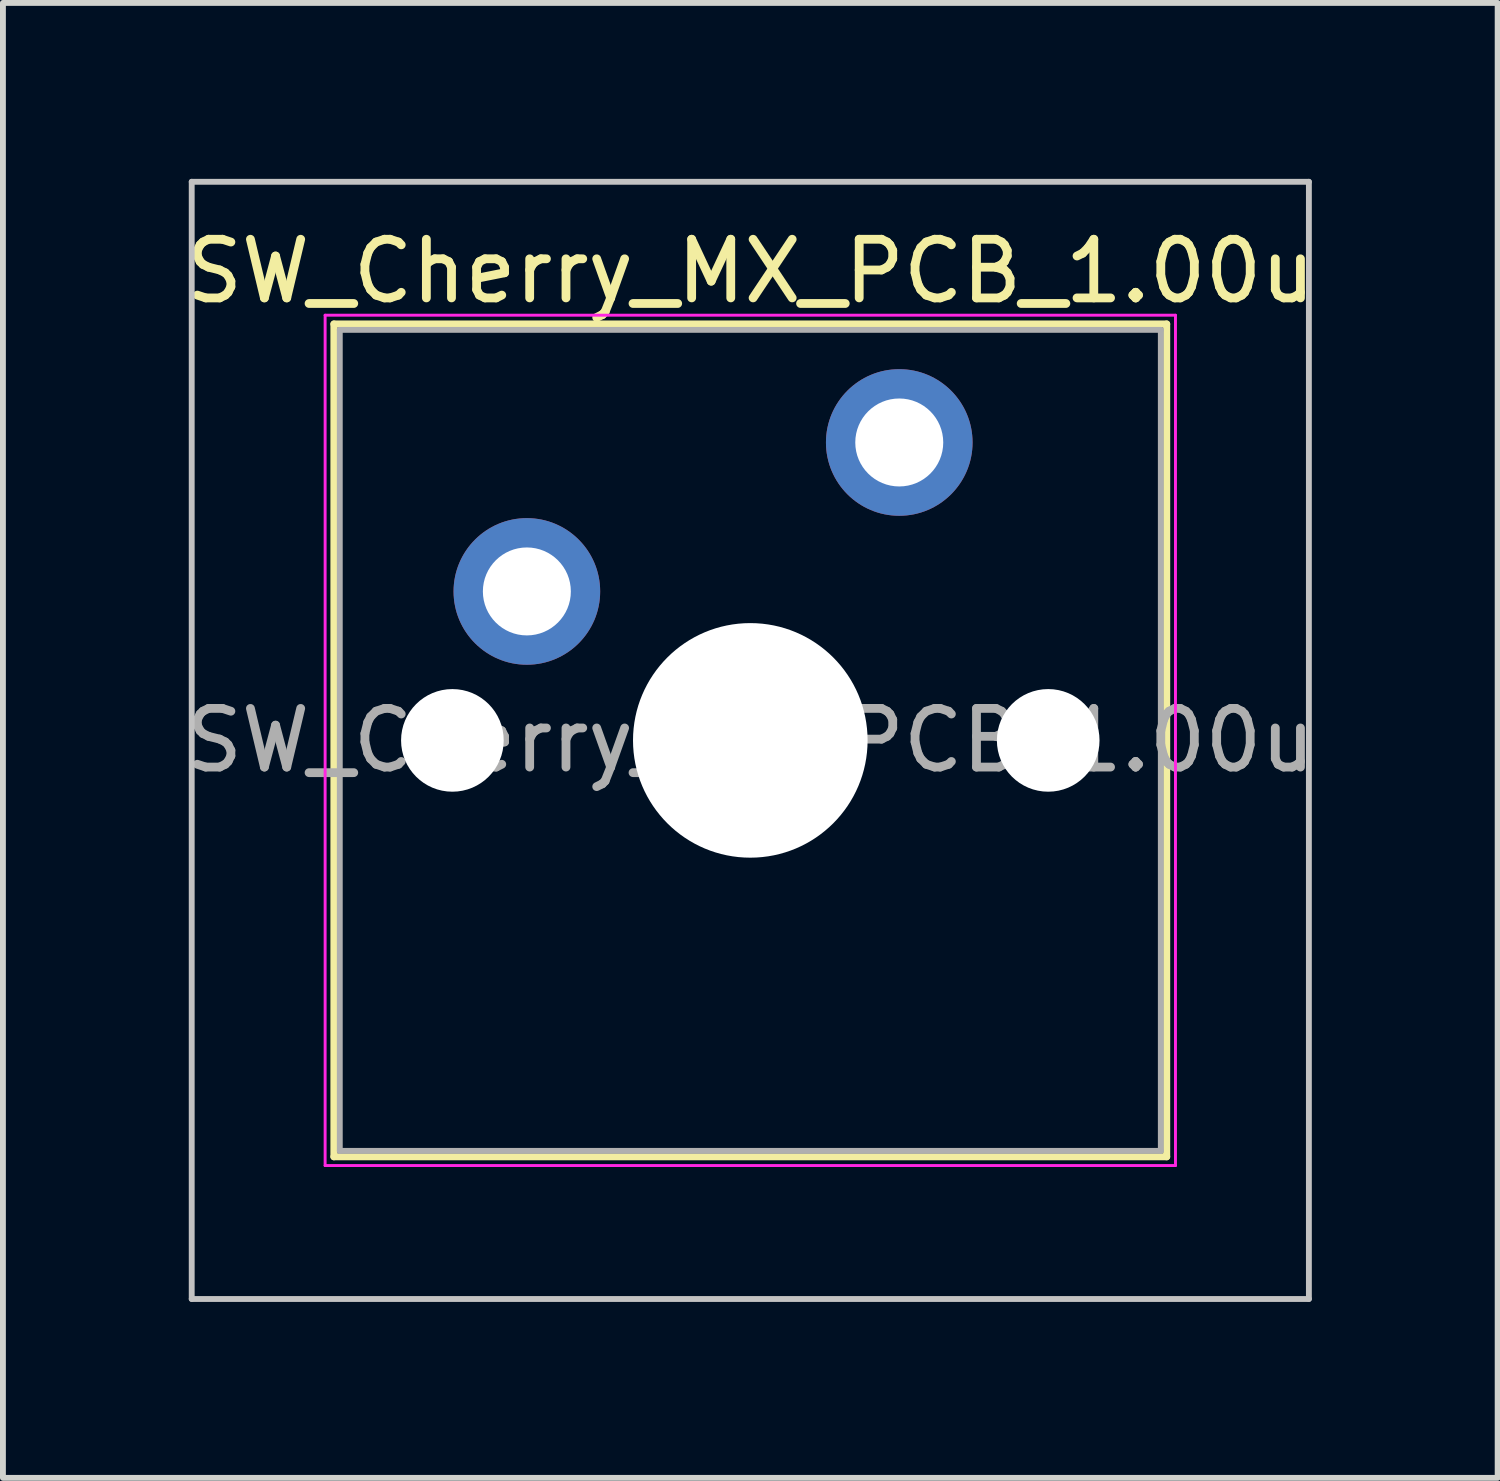
<source format=kicad_pcb>
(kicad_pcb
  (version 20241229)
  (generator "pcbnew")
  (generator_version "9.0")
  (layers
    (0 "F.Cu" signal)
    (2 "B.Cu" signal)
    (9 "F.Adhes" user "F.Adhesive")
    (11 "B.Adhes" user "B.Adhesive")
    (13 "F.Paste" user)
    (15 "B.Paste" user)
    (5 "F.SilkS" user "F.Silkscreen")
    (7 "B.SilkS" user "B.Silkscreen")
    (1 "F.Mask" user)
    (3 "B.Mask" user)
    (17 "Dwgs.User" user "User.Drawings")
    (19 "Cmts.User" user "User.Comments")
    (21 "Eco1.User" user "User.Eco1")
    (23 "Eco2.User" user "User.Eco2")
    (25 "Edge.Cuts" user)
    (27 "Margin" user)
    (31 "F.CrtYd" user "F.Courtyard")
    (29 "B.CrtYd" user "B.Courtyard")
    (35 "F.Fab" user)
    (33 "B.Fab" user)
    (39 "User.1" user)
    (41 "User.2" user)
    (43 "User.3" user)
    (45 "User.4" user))
  (footprint "SW_Cherry_MX_PCB_1.00u"
    (layer "F.Cu")
    (at 9.744 9.575)
    (property "Reference" "SW_Cherry_MX_PCB_1.00u" (at 0 -8 0) (layer "F.SilkS") (effects (font (size 1 1) (thickness 0.15))))
    (attr through_hole)
    (fp_line (start -7.1 -7.1) (end -7.1 7.1) (stroke (width 0.12) (type solid)) (layer "F.SilkS"))
    (fp_line (start -7.1 7.1) (end 7.1 7.1) (stroke (width 0.12) (type solid)) (layer "F.SilkS"))
    (fp_line (start 7.1 -7.1) (end -7.1 -7.1) (stroke (width 0.12) (type solid)) (layer "F.SilkS"))
    (fp_line (start 7.1 7.1) (end 7.1 -7.1) (stroke (width 0.12) (type solid)) (layer "F.SilkS"))
    (fp_line (start -9.525 -9.525) (end -9.525 9.525) (stroke (width 0.1) (type solid)) (layer "Dwgs.User"))
    (fp_line (start -9.525 9.525) (end 9.525 9.525) (stroke (width 0.1) (type solid)) (layer "Dwgs.User"))
    (fp_line (start 9.525 -9.525) (end -9.525 -9.525) (stroke (width 0.1) (type solid)) (layer "Dwgs.User"))
    (fp_line (start 9.525 9.525) (end 9.525 -9.525) (stroke (width 0.1) (type solid)) (layer "Dwgs.User"))
    (fp_line (start -7 -7) (end -7 7) (stroke (width 0.1) (type solid)) (layer "Eco1.User"))
    (fp_line (start -7 7) (end 7 7) (stroke (width 0.1) (type solid)) (layer "Eco1.User"))
    (fp_line (start 7 -7) (end -7 -7) (stroke (width 0.1) (type solid)) (layer "Eco1.User"))
    (fp_line (start 7 7) (end 7 -7) (stroke (width 0.1) (type solid)) (layer "Eco1.User"))
    (fp_line (start -7.25 -7.25) (end -7.25 7.25) (stroke (width 0.05) (type solid)) (layer "F.CrtYd"))
    (fp_line (start -7.25 7.25) (end 7.25 7.25) (stroke (width 0.05) (type solid)) (layer "F.CrtYd"))
    (fp_line (start 7.25 -7.25) (end -7.25 -7.25) (stroke (width 0.05) (type solid)) (layer "F.CrtYd"))
    (fp_line (start 7.25 7.25) (end 7.25 -7.25) (stroke (width 0.05) (type solid)) (layer "F.CrtYd"))
    (fp_line (start -7 -7) (end -7 7) (stroke (width 0.1) (type solid)) (layer "F.Fab"))
    (fp_line (start -7 7) (end 7 7) (stroke (width 0.1) (type solid)) (layer "F.Fab"))
    (fp_line (start 7 -7) (end -7 -7) (stroke (width 0.1) (type solid)) (layer "F.Fab"))
    (fp_line (start 7 7) (end 7 -7) (stroke (width 0.1) (type solid)) (layer "F.Fab"))
    (fp_text user "${REFERENCE}" (at 0 0 0) (layer "F.Fab") (effects (font (size 1 1) (thickness 0.15))))
    (pad "" np_thru_hole circle (at -5.08 0) (size 1.75 1.75) (drill 1.75) (layers "*.Cu" "*.Mask"))
    (pad "" np_thru_hole circle (at 0 0) (size 4 4) (drill 4) (layers "*.Cu" "*.Mask"))
    (pad "" np_thru_hole circle (at 5.08 0) (size 1.75 1.75) (drill 1.75) (layers "*.Cu" "*.Mask"))
    (pad "1" thru_hole circle (at -3.81 -2.54) (size 2.5 2.5) (drill 1.5) (layers "*.Cu" "*.Mask"))
    (pad "2" thru_hole circle (at 2.54 -5.08) (size 2.5 2.5) (drill 1.5) (layers "*.Cu" "*.Mask")))
  (gr_rect
    (start -3 -3)
    (end 22.488 22.15)
    (stroke (width 0.1) (type default))
    (fill no)
    (layer "Edge.Cuts")))
</source>
